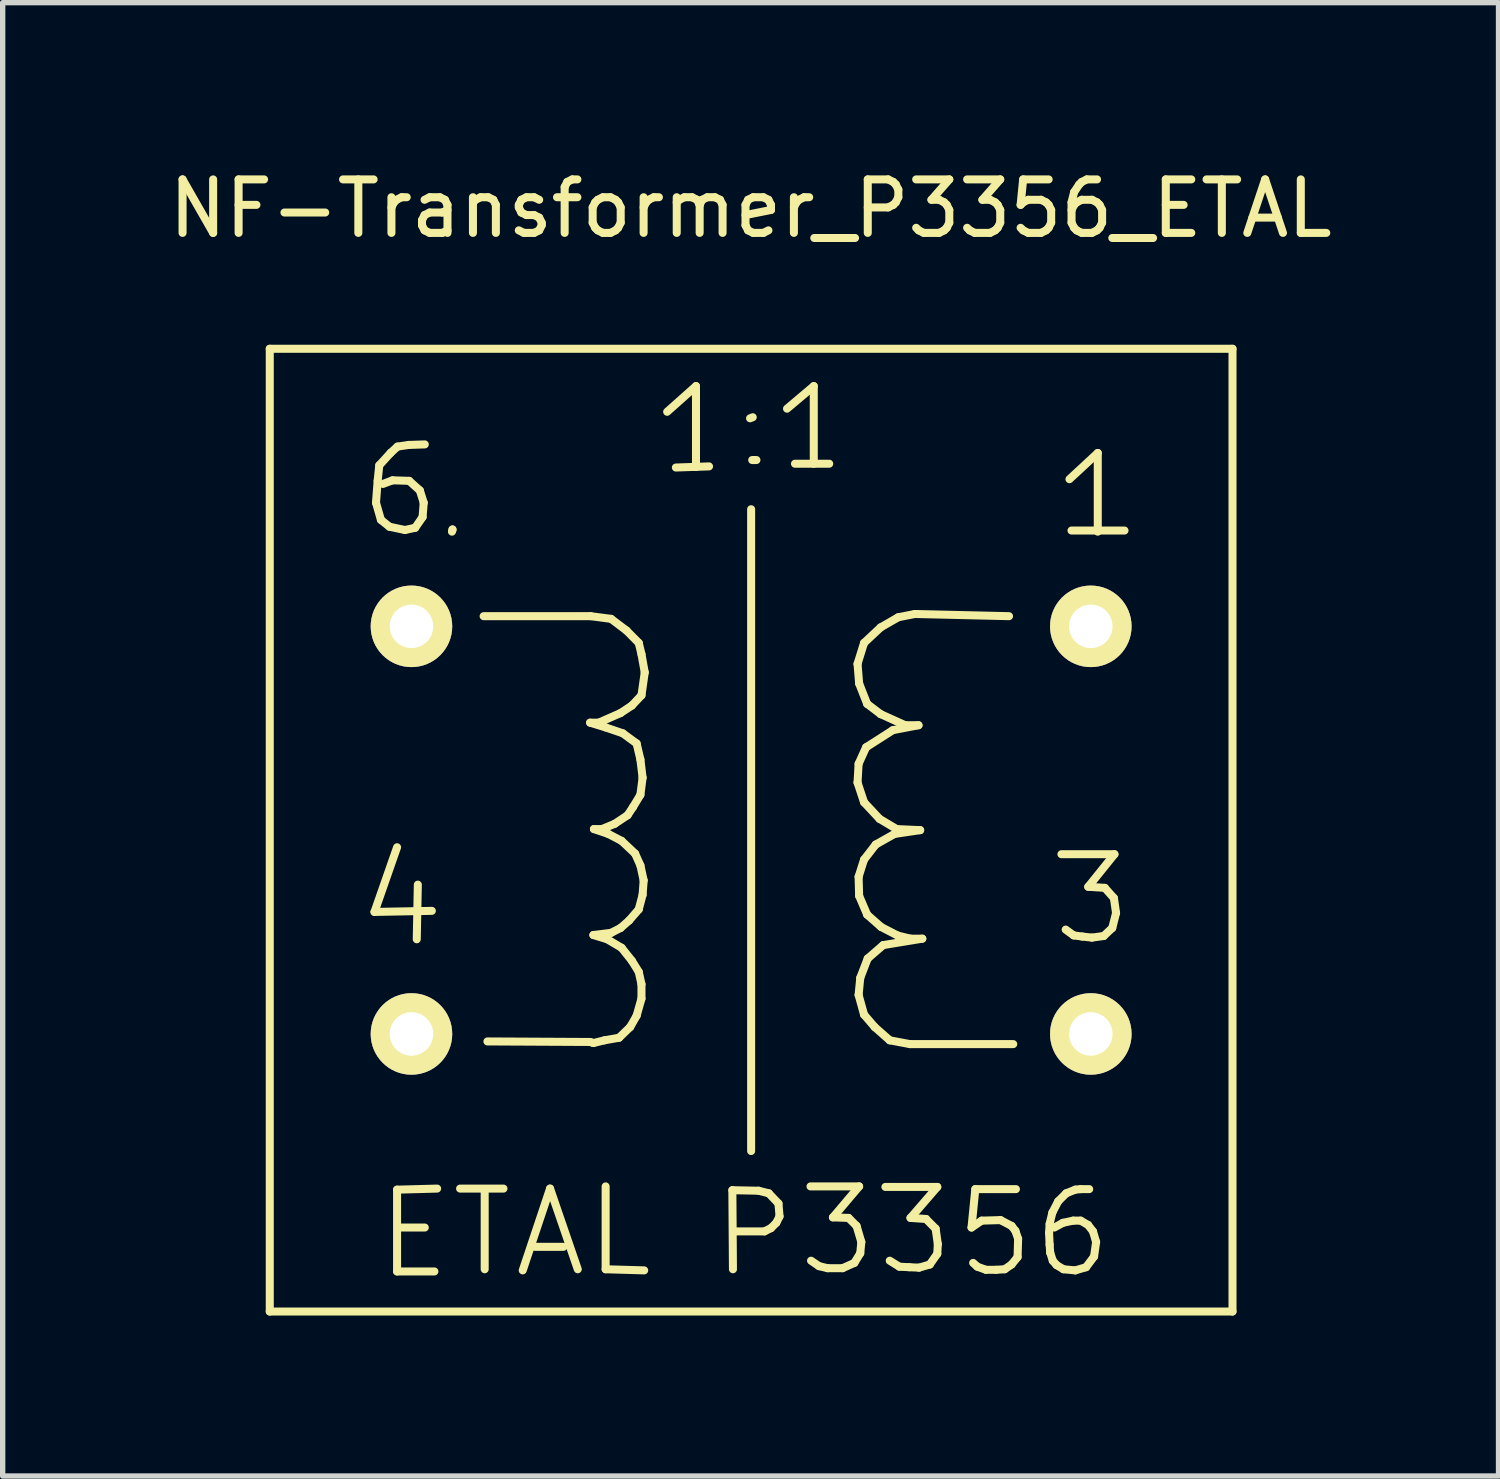
<source format=kicad_pcb>
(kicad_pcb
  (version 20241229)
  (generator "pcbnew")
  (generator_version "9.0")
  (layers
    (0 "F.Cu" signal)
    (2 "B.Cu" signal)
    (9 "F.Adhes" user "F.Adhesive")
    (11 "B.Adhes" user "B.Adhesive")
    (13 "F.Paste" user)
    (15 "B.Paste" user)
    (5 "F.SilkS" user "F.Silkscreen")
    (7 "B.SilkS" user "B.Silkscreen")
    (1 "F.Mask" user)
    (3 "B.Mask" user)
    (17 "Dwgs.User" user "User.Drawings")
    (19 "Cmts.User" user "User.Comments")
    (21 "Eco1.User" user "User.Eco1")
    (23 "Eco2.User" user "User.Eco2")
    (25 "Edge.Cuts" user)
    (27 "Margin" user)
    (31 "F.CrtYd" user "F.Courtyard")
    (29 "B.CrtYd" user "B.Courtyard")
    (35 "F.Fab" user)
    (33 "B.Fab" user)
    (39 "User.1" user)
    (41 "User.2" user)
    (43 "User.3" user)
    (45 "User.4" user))
  (footprint "NF-Transformer_P3356_ETAL"
    (layer "F.Cu")
    (at 10.992 12.469)
    (property "Reference" "NF-Transformer_P3356_ETAL" (at -0.01 -11.62 0) (layer "F.SilkS") (effects (font (size 1 1) (thickness 0.15))))
    (attr through_hole)
    (fp_line (start -8.999 -8.999) (end -8.999 8.999) (stroke (width 0.15) (type solid)) (layer "F.SilkS"))
    (fp_line (start -8.999 8.999) (end 8.999 8.999) (stroke (width 0.15) (type solid)) (layer "F.SilkS"))
    (fp_line (start -7.041 1.529) (end -5.969 1.509) (stroke (width 0.15) (type solid)) (layer "F.SilkS"))
    (fp_line (start -7.013 -6.121) (end -6.921 -5.801) (stroke (width 0.15) (type solid)) (layer "F.SilkS"))
    (fp_line (start -6.982 -6.53) (end -7.013 -6.121) (stroke (width 0.15) (type solid)) (layer "F.SilkS"))
    (fp_line (start -6.952 -6.82) (end -6.982 -6.53) (stroke (width 0.15) (type solid)) (layer "F.SilkS"))
    (fp_line (start -6.921 -5.801) (end -6.761 -5.672) (stroke (width 0.15) (type solid)) (layer "F.SilkS"))
    (fp_line (start -6.761 -5.672) (end -6.472 -5.611) (stroke (width 0.15) (type solid)) (layer "F.SilkS"))
    (fp_line (start -6.741 -7.051) (end -6.952 -6.82) (stroke (width 0.15) (type solid)) (layer "F.SilkS"))
    (fp_line (start -6.703 -6.54) (end -6.883 -6.472) (stroke (width 0.15) (type solid)) (layer "F.SilkS"))
    (fp_line (start -6.619 0.32) (end -7.041 1.529) (stroke (width 0.15) (type solid)) (layer "F.SilkS"))
    (fp_line (start -6.619 6.721) (end -6.619 8.25) (stroke (width 0.15) (type solid)) (layer "F.SilkS"))
    (fp_line (start -6.619 8.25) (end -5.921 8.25) (stroke (width 0.15) (type solid)) (layer "F.SilkS"))
    (fp_line (start -6.612 -7.17) (end -6.741 -7.051) (stroke (width 0.15) (type solid)) (layer "F.SilkS"))
    (fp_line (start -6.551 7.429) (end -6.101 7.429) (stroke (width 0.15) (type solid)) (layer "F.SilkS"))
    (fp_line (start -6.472 -5.611) (end -6.281 -5.652) (stroke (width 0.15) (type solid)) (layer "F.SilkS"))
    (fp_line (start -6.403 -7.201) (end -6.612 -7.17) (stroke (width 0.15) (type solid)) (layer "F.SilkS"))
    (fp_line (start -6.393 -6.53) (end -6.703 -6.54) (stroke (width 0.15) (type solid)) (layer "F.SilkS"))
    (fp_line (start -6.281 -5.652) (end -6.142 -5.852) (stroke (width 0.15) (type solid)) (layer "F.SilkS"))
    (fp_line (start -6.231 1.019) (end -6.251 2.04) (stroke (width 0.15) (type solid)) (layer "F.SilkS"))
    (fp_line (start -6.193 -6.35) (end -6.393 -6.53) (stroke (width 0.15) (type solid)) (layer "F.SilkS"))
    (fp_line (start -6.142 -5.852) (end -6.121 -6.121) (stroke (width 0.15) (type solid)) (layer "F.SilkS"))
    (fp_line (start -6.121 -6.121) (end -6.193 -6.35) (stroke (width 0.15) (type solid)) (layer "F.SilkS"))
    (fp_line (start -6.101 -7.211) (end -6.403 -7.201) (stroke (width 0.15) (type solid)) (layer "F.SilkS"))
    (fp_line (start -5.87 6.701) (end -6.619 6.721) (stroke (width 0.15) (type solid)) (layer "F.SilkS"))
    (fp_line (start -5.593 -5.58) (end -5.583 -5.621) (stroke (width 0.15) (type solid)) (layer "F.SilkS"))
    (fp_line (start -5.583 -5.621) (end -5.583 -5.611) (stroke (width 0.15) (type solid)) (layer "F.SilkS"))
    (fp_line (start -5.441 6.701) (end -4.63 6.701) (stroke (width 0.15) (type solid)) (layer "F.SilkS"))
    (fp_line (start -5.001 -4) (end -3 -4) (stroke (width 0.15) (type solid)) (layer "F.SilkS"))
    (fp_line (start -4.981 8.209) (end -4.981 6.741) (stroke (width 0.15) (type solid)) (layer "F.SilkS"))
    (fp_line (start -4.27 8.23) (end -3.759 6.701) (stroke (width 0.15) (type solid)) (layer "F.SilkS"))
    (fp_line (start -4.041 7.79) (end -3.51 7.79) (stroke (width 0.15) (type solid)) (layer "F.SilkS"))
    (fp_line (start -3.759 6.701) (end -3.241 8.209) (stroke (width 0.15) (type solid)) (layer "F.SilkS"))
    (fp_line (start -3.01 -2.009) (end -2.72 -1.92) (stroke (width 0.15) (type solid)) (layer "F.SilkS"))
    (fp_line (start -3.01 3.96) (end -4.93 3.95) (stroke (width 0.15) (type solid)) (layer "F.SilkS"))
    (fp_line (start -3 -4) (end -2.619 -3.95) (stroke (width 0.15) (type solid)) (layer "F.SilkS"))
    (fp_line (start -2.949 1.961) (end -2.69 2.04) (stroke (width 0.15) (type solid)) (layer "F.SilkS"))
    (fp_line (start -2.949 3.98) (end -3.01 3.96) (stroke (width 0.15) (type solid)) (layer "F.SilkS"))
    (fp_line (start -2.939 -0.02) (end -2.67 0.071) (stroke (width 0.15) (type solid)) (layer "F.SilkS"))
    (fp_line (start -2.85 -2.009) (end -3.01 -2.009) (stroke (width 0.15) (type solid)) (layer "F.SilkS"))
    (fp_line (start -2.789 -0.02) (end -2.939 -0.02) (stroke (width 0.15) (type solid)) (layer "F.SilkS"))
    (fp_line (start -2.741 3.929) (end -2.949 3.98) (stroke (width 0.15) (type solid)) (layer "F.SilkS"))
    (fp_line (start -2.72 -1.92) (end -2.4 -1.811) (stroke (width 0.15) (type solid)) (layer "F.SilkS"))
    (fp_line (start -2.72 6.66) (end -2.72 8.209) (stroke (width 0.15) (type solid)) (layer "F.SilkS"))
    (fp_line (start -2.72 8.209) (end -1.999 8.23) (stroke (width 0.15) (type solid)) (layer "F.SilkS"))
    (fp_line (start -2.69 2.04) (end -2.421 2.2) (stroke (width 0.15) (type solid)) (layer "F.SilkS"))
    (fp_line (start -2.67 0.071) (end -2.421 0.201) (stroke (width 0.15) (type solid)) (layer "F.SilkS"))
    (fp_line (start -2.619 -3.95) (end -2.329 -3.731) (stroke (width 0.15) (type solid)) (layer "F.SilkS"))
    (fp_line (start -2.619 1.92) (end -2.949 1.961) (stroke (width 0.15) (type solid)) (layer "F.SilkS"))
    (fp_line (start -2.55 -0.119) (end -2.789 -0.02) (stroke (width 0.15) (type solid)) (layer "F.SilkS"))
    (fp_line (start -2.469 3.881) (end -2.741 3.929) (stroke (width 0.15) (type solid)) (layer "F.SilkS"))
    (fp_line (start -2.441 -2.189) (end -2.85 -2.009) (stroke (width 0.15) (type solid)) (layer "F.SilkS"))
    (fp_line (start -2.441 1.829) (end -2.619 1.92) (stroke (width 0.15) (type solid)) (layer "F.SilkS"))
    (fp_line (start -2.421 0.201) (end -2.169 0.439) (stroke (width 0.15) (type solid)) (layer "F.SilkS"))
    (fp_line (start -2.421 2.2) (end -2.23 2.441) (stroke (width 0.15) (type solid)) (layer "F.SilkS"))
    (fp_line (start -2.4 -1.811) (end -2.141 -1.621) (stroke (width 0.15) (type solid)) (layer "F.SilkS"))
    (fp_line (start -2.329 -3.731) (end -2.101 -3.5) (stroke (width 0.15) (type solid)) (layer "F.SilkS"))
    (fp_line (start -2.309 -0.279) (end -2.55 -0.119) (stroke (width 0.15) (type solid)) (layer "F.SilkS"))
    (fp_line (start -2.281 1.689) (end -2.441 1.829) (stroke (width 0.15) (type solid)) (layer "F.SilkS"))
    (fp_line (start -2.261 3.68) (end -2.469 3.881) (stroke (width 0.15) (type solid)) (layer "F.SilkS"))
    (fp_line (start -2.23 -2.329) (end -2.441 -2.189) (stroke (width 0.15) (type solid)) (layer "F.SilkS"))
    (fp_line (start -2.23 2.441) (end -2.101 2.649) (stroke (width 0.15) (type solid)) (layer "F.SilkS"))
    (fp_line (start -2.21 -0.429) (end -2.309 -0.279) (stroke (width 0.15) (type solid)) (layer "F.SilkS"))
    (fp_line (start -2.169 0.439) (end -2.07 0.66) (stroke (width 0.15) (type solid)) (layer "F.SilkS"))
    (fp_line (start -2.141 -1.621) (end -2.07 -1.321) (stroke (width 0.15) (type solid)) (layer "F.SilkS"))
    (fp_line (start -2.141 3.47) (end -2.261 3.68) (stroke (width 0.15) (type solid)) (layer "F.SilkS"))
    (fp_line (start -2.101 -3.5) (end -2.05 -3.289) (stroke (width 0.15) (type solid)) (layer "F.SilkS"))
    (fp_line (start -2.101 1.481) (end -2.281 1.689) (stroke (width 0.15) (type solid)) (layer "F.SilkS"))
    (fp_line (start -2.101 2.649) (end -2.05 2.88) (stroke (width 0.15) (type solid)) (layer "F.SilkS"))
    (fp_line (start -2.07 -1.321) (end -2.029 -0.98) (stroke (width 0.15) (type solid)) (layer "F.SilkS"))
    (fp_line (start -2.07 -0.66) (end -2.21 -0.429) (stroke (width 0.15) (type solid)) (layer "F.SilkS"))
    (fp_line (start -2.07 0.66) (end -2.009 0.94) (stroke (width 0.15) (type solid)) (layer "F.SilkS"))
    (fp_line (start -2.05 -3.289) (end -1.989 -2.949) (stroke (width 0.15) (type solid)) (layer "F.SilkS"))
    (fp_line (start -2.05 -2.52) (end -2.23 -2.329) (stroke (width 0.15) (type solid)) (layer "F.SilkS"))
    (fp_line (start -2.05 2.88) (end -2.05 3.15) (stroke (width 0.15) (type solid)) (layer "F.SilkS"))
    (fp_line (start -2.05 3.15) (end -2.141 3.47) (stroke (width 0.15) (type solid)) (layer "F.SilkS"))
    (fp_line (start -2.029 -0.98) (end -2.07 -0.66) (stroke (width 0.15) (type solid)) (layer "F.SilkS"))
    (fp_line (start -2.029 1.209) (end -2.101 1.481) (stroke (width 0.15) (type solid)) (layer "F.SilkS"))
    (fp_line (start -2.009 0.94) (end -2.029 1.209) (stroke (width 0.15) (type solid)) (layer "F.SilkS"))
    (fp_line (start -1.989 -2.949) (end -2.05 -2.52) (stroke (width 0.15) (type solid)) (layer "F.SilkS"))
    (fp_line (start -1.57 -7.821) (end -1.031 -8.301) (stroke (width 0.15) (type solid)) (layer "F.SilkS"))
    (fp_line (start -1.407 -6.779) (end -0.787 -6.8) (stroke (width 0.15) (type solid)) (layer "F.SilkS"))
    (fp_line (start -1.031 -8.301) (end -1.031 -6.789) (stroke (width 0.15) (type solid)) (layer "F.SilkS"))
    (fp_line (start -0.351 6.731) (end 0.14 6.741) (stroke (width 0.15) (type solid)) (layer "F.SilkS"))
    (fp_line (start -0.34 8.209) (end -0.351 6.731) (stroke (width 0.15) (type solid)) (layer "F.SilkS"))
    (fp_line (start 0 -5.999) (end 0 5.999) (stroke (width 0.15) (type solid)) (layer "F.SilkS"))
    (fp_line (start 0.03 -7.719) (end -0.02 -7.699) (stroke (width 0.15) (type solid)) (layer "F.SilkS"))
    (fp_line (start 0.099 -6.919) (end 0.02 -6.919) (stroke (width 0.15) (type solid)) (layer "F.SilkS"))
    (fp_line (start 0.14 6.741) (end 0.33 6.789) (stroke (width 0.15) (type solid)) (layer "F.SilkS"))
    (fp_line (start 0.249 7.501) (end -0.269 7.501) (stroke (width 0.15) (type solid)) (layer "F.SilkS"))
    (fp_line (start 0.33 6.789) (end 0.511 6.98) (stroke (width 0.15) (type solid)) (layer "F.SilkS"))
    (fp_line (start 0.371 7.44) (end 0.249 7.501) (stroke (width 0.15) (type solid)) (layer "F.SilkS"))
    (fp_line (start 0.47 7.341) (end 0.371 7.44) (stroke (width 0.15) (type solid)) (layer "F.SilkS"))
    (fp_line (start 0.511 6.98) (end 0.531 7.221) (stroke (width 0.15) (type solid)) (layer "F.SilkS"))
    (fp_line (start 0.531 7.221) (end 0.47 7.341) (stroke (width 0.15) (type solid)) (layer "F.SilkS"))
    (fp_line (start 0.671 -7.879) (end 1.171 -8.301) (stroke (width 0.15) (type solid)) (layer "F.SilkS"))
    (fp_line (start 0.82 -6.85) (end 1.46 -6.85) (stroke (width 0.15) (type solid)) (layer "F.SilkS"))
    (fp_line (start 1.11 6.66) (end 2.019 6.66) (stroke (width 0.15) (type solid)) (layer "F.SilkS"))
    (fp_line (start 1.171 -8.301) (end 1.171 -6.85) (stroke (width 0.15) (type solid)) (layer "F.SilkS"))
    (fp_line (start 1.27 8.151) (end 1.12 8.049) (stroke (width 0.15) (type solid)) (layer "F.SilkS"))
    (fp_line (start 1.43 8.189) (end 1.27 8.151) (stroke (width 0.15) (type solid)) (layer "F.SilkS"))
    (fp_line (start 1.529 7.239) (end 1.821 7.249) (stroke (width 0.15) (type solid)) (layer "F.SilkS"))
    (fp_line (start 1.709 8.189) (end 1.43 8.189) (stroke (width 0.15) (type solid)) (layer "F.SilkS"))
    (fp_line (start 1.821 7.249) (end 1.971 7.399) (stroke (width 0.15) (type solid)) (layer "F.SilkS"))
    (fp_line (start 1.93 8.09) (end 1.709 8.189) (stroke (width 0.15) (type solid)) (layer "F.SilkS"))
    (fp_line (start 1.971 7.399) (end 2.06 7.699) (stroke (width 0.15) (type solid)) (layer "F.SilkS"))
    (fp_line (start 1.989 -3.109) (end 2.019 -2.741) (stroke (width 0.15) (type solid)) (layer "F.SilkS"))
    (fp_line (start 1.989 -0.889) (end 2.111 -0.521) (stroke (width 0.15) (type solid)) (layer "F.SilkS"))
    (fp_line (start 2.009 -1.24) (end 1.989 -0.889) (stroke (width 0.15) (type solid)) (layer "F.SilkS"))
    (fp_line (start 2.009 0.871) (end 2.019 1.229) (stroke (width 0.15) (type solid)) (layer "F.SilkS"))
    (fp_line (start 2.009 3.081) (end 2.111 3.449) (stroke (width 0.15) (type solid)) (layer "F.SilkS"))
    (fp_line (start 2.019 -2.741) (end 2.169 -2.36) (stroke (width 0.15) (type solid)) (layer "F.SilkS"))
    (fp_line (start 2.019 1.229) (end 2.169 1.58) (stroke (width 0.15) (type solid)) (layer "F.SilkS"))
    (fp_line (start 2.019 6.66) (end 1.529 7.239) (stroke (width 0.15) (type solid)) (layer "F.SilkS"))
    (fp_line (start 2.04 2.761) (end 2.009 3.081) (stroke (width 0.15) (type solid)) (layer "F.SilkS"))
    (fp_line (start 2.04 7.91) (end 1.93 8.09) (stroke (width 0.15) (type solid)) (layer "F.SilkS"))
    (fp_line (start 2.06 7.699) (end 2.04 7.91) (stroke (width 0.15) (type solid)) (layer "F.SilkS"))
    (fp_line (start 2.111 -3.5) (end 1.989 -3.109) (stroke (width 0.15) (type solid)) (layer "F.SilkS"))
    (fp_line (start 2.111 -0.521) (end 2.4 -0.211) (stroke (width 0.15) (type solid)) (layer "F.SilkS"))
    (fp_line (start 2.111 0.551) (end 2.009 0.871) (stroke (width 0.15) (type solid)) (layer "F.SilkS"))
    (fp_line (start 2.111 3.449) (end 2.309 3.68) (stroke (width 0.15) (type solid)) (layer "F.SilkS"))
    (fp_line (start 2.149 -1.549) (end 2.009 -1.24) (stroke (width 0.15) (type solid)) (layer "F.SilkS"))
    (fp_line (start 2.169 -2.36) (end 2.421 -2.169) (stroke (width 0.15) (type solid)) (layer "F.SilkS"))
    (fp_line (start 2.169 1.58) (end 2.431 1.811) (stroke (width 0.15) (type solid)) (layer "F.SilkS"))
    (fp_line (start 2.179 2.4) (end 2.04 2.761) (stroke (width 0.15) (type solid)) (layer "F.SilkS"))
    (fp_line (start 2.309 3.68) (end 2.591 3.929) (stroke (width 0.15) (type solid)) (layer "F.SilkS"))
    (fp_line (start 2.329 0.269) (end 2.111 0.551) (stroke (width 0.15) (type solid)) (layer "F.SilkS"))
    (fp_line (start 2.4 -0.211) (end 2.72 -0.02) (stroke (width 0.15) (type solid)) (layer "F.SilkS"))
    (fp_line (start 2.421 -3.79) (end 2.111 -3.5) (stroke (width 0.15) (type solid)) (layer "F.SilkS"))
    (fp_line (start 2.421 -2.169) (end 2.88 -1.961) (stroke (width 0.15) (type solid)) (layer "F.SilkS"))
    (fp_line (start 2.431 1.811) (end 2.741 1.971) (stroke (width 0.15) (type solid)) (layer "F.SilkS"))
    (fp_line (start 2.469 2.149) (end 2.179 2.4) (stroke (width 0.15) (type solid)) (layer "F.SilkS"))
    (fp_line (start 2.51 6.67) (end 3.48 6.67) (stroke (width 0.15) (type solid)) (layer "F.SilkS"))
    (fp_line (start 2.591 3.929) (end 2.969 4) (stroke (width 0.15) (type solid)) (layer "F.SilkS"))
    (fp_line (start 2.649 -1.869) (end 2.149 -1.549) (stroke (width 0.15) (type solid)) (layer "F.SilkS"))
    (fp_line (start 2.68 0.071) (end 2.329 0.269) (stroke (width 0.15) (type solid)) (layer "F.SilkS"))
    (fp_line (start 2.72 -0.02) (end 3.16 0) (stroke (width 0.15) (type solid)) (layer "F.SilkS"))
    (fp_line (start 2.741 1.971) (end 2.979 2.029) (stroke (width 0.15) (type solid)) (layer "F.SilkS"))
    (fp_line (start 2.751 -3.98) (end 2.421 -3.79) (stroke (width 0.15) (type solid)) (layer "F.SilkS"))
    (fp_line (start 2.771 8.161) (end 2.591 8.049) (stroke (width 0.15) (type solid)) (layer "F.SilkS"))
    (fp_line (start 2.88 -1.961) (end 3.129 -1.961) (stroke (width 0.15) (type solid)) (layer "F.SilkS"))
    (fp_line (start 2.959 8.171) (end 2.771 8.161) (stroke (width 0.15) (type solid)) (layer "F.SilkS"))
    (fp_line (start 2.969 4) (end 4.9 4) (stroke (width 0.15) (type solid)) (layer "F.SilkS"))
    (fp_line (start 2.979 2.029) (end 3.2 2.029) (stroke (width 0.15) (type solid)) (layer "F.SilkS"))
    (fp_line (start 2.979 7.249) (end 3.269 7.269) (stroke (width 0.15) (type solid)) (layer "F.SilkS"))
    (fp_line (start 3.061 -4.041) (end 2.751 -3.98) (stroke (width 0.15) (type solid)) (layer "F.SilkS"))
    (fp_line (start 3.129 -1.961) (end 2.649 -1.869) (stroke (width 0.15) (type solid)) (layer "F.SilkS"))
    (fp_line (start 3.139 8.179) (end 2.959 8.171) (stroke (width 0.15) (type solid)) (layer "F.SilkS"))
    (fp_line (start 3.16 0) (end 2.68 0.071) (stroke (width 0.15) (type solid)) (layer "F.SilkS"))
    (fp_line (start 3.2 2.029) (end 2.469 2.149) (stroke (width 0.15) (type solid)) (layer "F.SilkS"))
    (fp_line (start 3.269 7.269) (end 3.449 7.45) (stroke (width 0.15) (type solid)) (layer "F.SilkS"))
    (fp_line (start 3.34 8.12) (end 3.139 8.179) (stroke (width 0.15) (type solid)) (layer "F.SilkS"))
    (fp_line (start 3.449 7.45) (end 3.49 7.739) (stroke (width 0.15) (type solid)) (layer "F.SilkS"))
    (fp_line (start 3.48 6.67) (end 2.979 7.249) (stroke (width 0.15) (type solid)) (layer "F.SilkS"))
    (fp_line (start 3.48 7.92) (end 3.34 8.12) (stroke (width 0.15) (type solid)) (layer "F.SilkS"))
    (fp_line (start 3.49 7.739) (end 3.48 7.92) (stroke (width 0.15) (type solid)) (layer "F.SilkS"))
    (fp_line (start 4.12 7.429) (end 4.31 7.3) (stroke (width 0.15) (type solid)) (layer "F.SilkS"))
    (fp_line (start 4.191 6.711) (end 4.12 7.429) (stroke (width 0.15) (type solid)) (layer "F.SilkS"))
    (fp_line (start 4.229 8.161) (end 4.15 8.09) (stroke (width 0.15) (type solid)) (layer "F.SilkS"))
    (fp_line (start 4.31 7.3) (end 4.661 7.29) (stroke (width 0.15) (type solid)) (layer "F.SilkS"))
    (fp_line (start 4.389 8.219) (end 4.229 8.161) (stroke (width 0.15) (type solid)) (layer "F.SilkS"))
    (fp_line (start 4.58 8.219) (end 4.389 8.219) (stroke (width 0.15) (type solid)) (layer "F.SilkS"))
    (fp_line (start 4.661 7.29) (end 4.869 7.399) (stroke (width 0.15) (type solid)) (layer "F.SilkS"))
    (fp_line (start 4.74 8.209) (end 4.58 8.219) (stroke (width 0.15) (type solid)) (layer "F.SilkS"))
    (fp_line (start 4.821 -4) (end 3.061 -4.041) (stroke (width 0.15) (type solid)) (layer "F.SilkS"))
    (fp_line (start 4.869 7.399) (end 4.94 7.49) (stroke (width 0.15) (type solid)) (layer "F.SilkS"))
    (fp_line (start 4.869 8.12) (end 4.74 8.209) (stroke (width 0.15) (type solid)) (layer "F.SilkS"))
    (fp_line (start 4.94 7.49) (end 4.991 7.64) (stroke (width 0.15) (type solid)) (layer "F.SilkS"))
    (fp_line (start 4.95 6.711) (end 4.191 6.711) (stroke (width 0.15) (type solid)) (layer "F.SilkS"))
    (fp_line (start 4.981 7.981) (end 4.869 8.12) (stroke (width 0.15) (type solid)) (layer "F.SilkS"))
    (fp_line (start 4.991 7.64) (end 4.981 7.981) (stroke (width 0.15) (type solid)) (layer "F.SilkS"))
    (fp_line (start 5.57 7.531) (end 5.58 7.75) (stroke (width 0.15) (type solid)) (layer "F.SilkS"))
    (fp_line (start 5.58 7.361) (end 5.57 7.531) (stroke (width 0.15) (type solid)) (layer "F.SilkS"))
    (fp_line (start 5.58 7.75) (end 5.591 7.899) (stroke (width 0.15) (type solid)) (layer "F.SilkS"))
    (fp_line (start 5.591 7.899) (end 5.639 8.049) (stroke (width 0.15) (type solid)) (layer "F.SilkS"))
    (fp_line (start 5.631 7.15) (end 5.58 7.361) (stroke (width 0.15) (type solid)) (layer "F.SilkS"))
    (fp_line (start 5.639 8.049) (end 5.71 8.131) (stroke (width 0.15) (type solid)) (layer "F.SilkS"))
    (fp_line (start 5.71 8.131) (end 5.839 8.209) (stroke (width 0.15) (type solid)) (layer "F.SilkS"))
    (fp_line (start 5.74 6.939) (end 5.631 7.15) (stroke (width 0.15) (type solid)) (layer "F.SilkS"))
    (fp_line (start 5.801 0.45) (end 6.792 0.45) (stroke (width 0.15) (type solid)) (layer "F.SilkS"))
    (fp_line (start 5.829 7.341) (end 5.669 7.429) (stroke (width 0.15) (type solid)) (layer "F.SilkS"))
    (fp_line (start 5.839 8.209) (end 6.06 8.23) (stroke (width 0.15) (type solid)) (layer "F.SilkS"))
    (fp_line (start 5.89 6.789) (end 5.74 6.939) (stroke (width 0.15) (type solid)) (layer "F.SilkS"))
    (fp_line (start 5.951 -6.561) (end 6.48 -7.051) (stroke (width 0.15) (type solid)) (layer "F.SilkS"))
    (fp_line (start 5.989 -5.601) (end 6.98 -5.601) (stroke (width 0.15) (type solid)) (layer "F.SilkS"))
    (fp_line (start 6.02 7.3) (end 5.829 7.341) (stroke (width 0.15) (type solid)) (layer "F.SilkS"))
    (fp_line (start 6.03 1.968) (end 5.88 1.859) (stroke (width 0.15) (type solid)) (layer "F.SilkS"))
    (fp_line (start 6.06 6.721) (end 5.89 6.789) (stroke (width 0.15) (type solid)) (layer "F.SilkS"))
    (fp_line (start 6.06 8.23) (end 6.261 8.171) (stroke (width 0.15) (type solid)) (layer "F.SilkS"))
    (fp_line (start 6.16 6.711) (end 6.06 6.721) (stroke (width 0.15) (type solid)) (layer "F.SilkS"))
    (fp_line (start 6.16 7.3) (end 6.02 7.3) (stroke (width 0.15) (type solid)) (layer "F.SilkS"))
    (fp_line (start 6.19 1.989) (end 6.03 1.968) (stroke (width 0.15) (type solid)) (layer "F.SilkS"))
    (fp_line (start 6.261 8.171) (end 6.411 7.971) (stroke (width 0.15) (type solid)) (layer "F.SilkS"))
    (fp_line (start 6.299 7.381) (end 6.16 7.3) (stroke (width 0.15) (type solid)) (layer "F.SilkS"))
    (fp_line (start 6.302 1.059) (end 6.612 1.079) (stroke (width 0.15) (type solid)) (layer "F.SilkS"))
    (fp_line (start 6.32 6.711) (end 6.16 6.711) (stroke (width 0.15) (type solid)) (layer "F.SilkS"))
    (fp_line (start 6.37 2.009) (end 6.19 1.989) (stroke (width 0.15) (type solid)) (layer "F.SilkS"))
    (fp_line (start 6.391 7.501) (end 6.299 7.381) (stroke (width 0.15) (type solid)) (layer "F.SilkS"))
    (fp_line (start 6.411 7.971) (end 6.449 7.699) (stroke (width 0.15) (type solid)) (layer "F.SilkS"))
    (fp_line (start 6.449 7.699) (end 6.391 7.501) (stroke (width 0.15) (type solid)) (layer "F.SilkS"))
    (fp_line (start 6.48 -7.051) (end 6.48 -5.58) (stroke (width 0.15) (type solid)) (layer "F.SilkS"))
    (fp_line (start 6.591 1.979) (end 6.37 2.009) (stroke (width 0.15) (type solid)) (layer "F.SilkS"))
    (fp_line (start 6.612 1.079) (end 6.782 1.27) (stroke (width 0.15) (type solid)) (layer "F.SilkS"))
    (fp_line (start 6.751 1.829) (end 6.591 1.979) (stroke (width 0.15) (type solid)) (layer "F.SilkS"))
    (fp_line (start 6.782 1.27) (end 6.822 1.549) (stroke (width 0.15) (type solid)) (layer "F.SilkS"))
    (fp_line (start 6.792 0.45) (end 6.302 1.059) (stroke (width 0.15) (type solid)) (layer "F.SilkS"))
    (fp_line (start 6.822 1.549) (end 6.751 1.829) (stroke (width 0.15) (type solid)) (layer "F.SilkS"))
    (fp_line (start 8.999 -8.999) (end -8.999 -8.999) (stroke (width 0.15) (type solid)) (layer "F.SilkS"))
    (fp_line (start 8.999 8.999) (end 8.999 -8.999) (stroke (width 0.15) (type solid)) (layer "F.SilkS"))
    (pad "1" thru_hole circle (at 6.35 -3.81) (size 1.524 1.524) (drill 0.813) (layers "*.Cu" "*.Mask" "F.SilkS"))
    (pad "3" thru_hole circle (at 6.35 3.81) (size 1.524 1.524) (drill 0.813) (layers "*.Cu" "*.Mask" "F.SilkS"))
    (pad "4" thru_hole circle (at -6.35 3.81) (size 1.524 1.524) (drill 0.813) (layers "*.Cu" "*.Mask" "F.SilkS"))
    (pad "6" thru_hole circle (at -6.35 -3.81) (size 1.524 1.524) (drill 0.813) (layers "*.Cu" "*.Mask" "F.SilkS")))
  (gr_rect
    (start -3 -3)
    (end 24.964 24.543)
    (stroke (width 0.1) (type default))
    (fill no)
    (layer "Edge.Cuts")))
</source>
